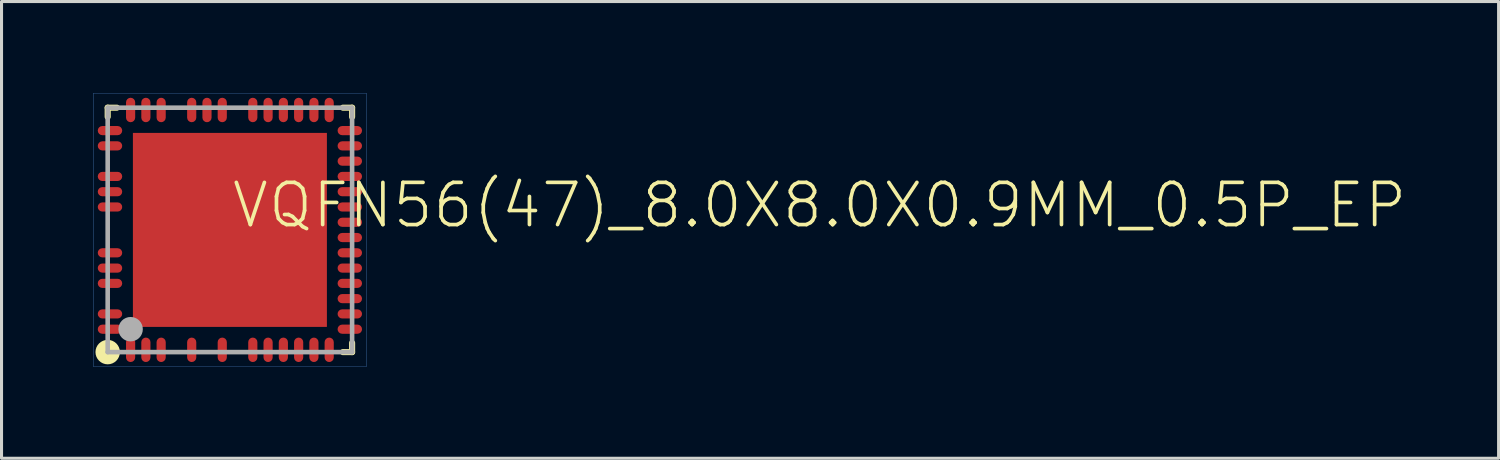
<source format=kicad_pcb>
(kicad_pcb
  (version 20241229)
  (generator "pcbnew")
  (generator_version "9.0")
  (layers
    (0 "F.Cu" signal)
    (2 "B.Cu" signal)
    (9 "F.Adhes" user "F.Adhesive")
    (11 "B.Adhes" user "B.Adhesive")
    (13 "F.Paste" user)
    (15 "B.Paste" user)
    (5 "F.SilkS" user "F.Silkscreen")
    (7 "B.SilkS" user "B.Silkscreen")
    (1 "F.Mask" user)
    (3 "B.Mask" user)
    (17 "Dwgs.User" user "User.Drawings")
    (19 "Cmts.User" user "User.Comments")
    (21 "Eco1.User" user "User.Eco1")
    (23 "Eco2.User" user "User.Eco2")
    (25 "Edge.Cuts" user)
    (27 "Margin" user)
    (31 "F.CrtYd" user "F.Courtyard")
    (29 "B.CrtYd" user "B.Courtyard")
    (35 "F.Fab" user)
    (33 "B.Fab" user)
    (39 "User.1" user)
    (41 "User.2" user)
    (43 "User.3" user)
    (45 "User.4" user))
  (footprint "VQFN56(47)_8.0X8.0X0.9MM_0.5P_EP"
    (layer "F.Cu")
    (at 4.475 4.475)
    (property "Reference" "VQFN56(47)_8.0X8.0X0.9MM_0.5P_EP" (at 0 0 0) (layer "F.SilkS") (effects (font (size 1.38 1.38) (thickness 0.12)) (justify left bottom)))
    (fp_line (start -4 -4) (end -3.7 -4) (stroke (width 0.2) (type solid)) (layer "F.SilkS"))
    (fp_line (start -4 -3.7) (end -4 -4) (stroke (width 0.2) (type solid)) (layer "F.SilkS"))
    (fp_line (start 4 -4) (end 3.7 -4) (stroke (width 0.2) (type solid)) (layer "F.SilkS"))
    (fp_line (start 4 -3.7) (end 4 -4) (stroke (width 0.2) (type solid)) (layer "F.SilkS"))
    (fp_line (start 4 3.7) (end 4 4) (stroke (width 0.2) (type solid)) (layer "F.SilkS"))
    (fp_line (start 4 4) (end 3.7 4) (stroke (width 0.2) (type solid)) (layer "F.SilkS"))
    (fp_circle (center -4 4) (end -3.8 4) (stroke (width 0.4) (type solid)) (fill yes) (layer "F.SilkS"))
    (fp_poly (pts (xy -0.2 -0.2) (xy -2.4 -0.2) (xy -2.4 -2.4) (xy -0.2 -2.4)) (stroke (width 0) (type default)) (fill yes) (layer "F.Paste"))
    (fp_poly (pts (xy -0.2 2.4) (xy -2.4 2.4) (xy -2.4 0.2) (xy -0.2 0.2)) (stroke (width 0) (type default)) (fill yes) (layer "F.Paste"))
    (fp_poly (pts (xy 2.4 -0.2) (xy 0.2 -0.2) (xy 0.2 -2.4) (xy 2.4 -2.4)) (stroke (width 0) (type default)) (fill yes) (layer "F.Paste"))
    (fp_poly (pts (xy 2.4 2.4) (xy 0.2 2.4) (xy 0.2 0.2) (xy 2.4 0.2)) (stroke (width 0) (type default)) (fill yes) (layer "F.Paste"))
    (fp_line (start -4.47 -4.47) (end 4.47 -4.47) (stroke (width 0.01) (type solid)) (layer "Cmts.User"))
    (fp_line (start -4.47 4.47) (end -4.47 -4.47) (stroke (width 0.01) (type solid)) (layer "Cmts.User"))
    (fp_line (start 4.47 -4.47) (end 4.47 4.47) (stroke (width 0.01) (type solid)) (layer "Cmts.User"))
    (fp_line (start 4.47 4.47) (end -4.47 4.47) (stroke (width 0.01) (type solid)) (layer "Cmts.User"))
    (fp_line (start -4 -4) (end -4 4) (stroke (width 0.15) (type solid)) (layer "F.Fab"))
    (fp_line (start -4 4) (end 4 4) (stroke (width 0.15) (type solid)) (layer "F.Fab"))
    (fp_line (start 4 -4) (end -4 -4) (stroke (width 0.15) (type solid)) (layer "F.Fab"))
    (fp_line (start 4 4) (end 4 -4) (stroke (width 0.15) (type solid)) (layer "F.Fab"))
    (fp_circle (center -3.25 3.25) (end -3.05 3.25) (stroke (width 0.4) (type solid)) (fill no) (layer "F.Fab"))
    (pad "1" smd roundrect (at -3.25 3.925) (size 0.3 0.8) (layers "F.Cu" "F.Mask" "F.Paste") (roundrect_rratio 0.5))
    (pad "2" smd roundrect (at -2.75 3.925) (size 0.3 0.8) (layers "F.Cu" "F.Mask" "F.Paste") (roundrect_rratio 0.5))
    (pad "3" smd roundrect (at -2.25 3.925) (size 0.3 0.8) (layers "F.Cu" "F.Mask" "F.Paste") (roundrect_rratio 0.5))
    (pad "4" smd roundrect (at -1.25 3.925) (size 0.3 0.8) (layers "F.Cu" "F.Mask" "F.Paste") (roundrect_rratio 0.5))
    (pad "5" smd roundrect (at -0.25 3.925) (size 0.3 0.8) (layers "F.Cu" "F.Mask" "F.Paste") (roundrect_rratio 0.5))
    (pad "6" smd roundrect (at 0.75 3.925) (size 0.3 0.8) (layers "F.Cu" "F.Mask" "F.Paste") (roundrect_rratio 0.5))
    (pad "7" smd roundrect (at 1.25 3.925) (size 0.3 0.8) (layers "F.Cu" "F.Mask" "F.Paste") (roundrect_rratio 0.5))
    (pad "8" smd roundrect (at 1.75 3.925) (size 0.3 0.8) (layers "F.Cu" "F.Mask" "F.Paste") (roundrect_rratio 0.5))
    (pad "9" smd roundrect (at 2.25 3.925) (size 0.3 0.8) (layers "F.Cu" "F.Mask" "F.Paste") (roundrect_rratio 0.5))
    (pad "10" smd roundrect (at 2.75 3.925) (size 0.3 0.8) (layers "F.Cu" "F.Mask" "F.Paste") (roundrect_rratio 0.5))
    (pad "11" smd roundrect (at 3.25 3.925) (size 0.3 0.8) (layers "F.Cu" "F.Mask" "F.Paste") (roundrect_rratio 0.5))
    (pad "12" smd roundrect (at 3.925 3.25 270) (size 0.3 0.8) (layers "F.Cu" "F.Mask" "F.Paste") (roundrect_rratio 0.5))
    (pad "13" smd roundrect (at 3.925 2.75 270) (size 0.3 0.8) (layers "F.Cu" "F.Mask" "F.Paste") (roundrect_rratio 0.5))
    (pad "14" smd roundrect (at 3.925 2.25 270) (size 0.3 0.8) (layers "F.Cu" "F.Mask" "F.Paste") (roundrect_rratio 0.5))
    (pad "15" smd roundrect (at 3.925 1.75 270) (size 0.3 0.8) (layers "F.Cu" "F.Mask" "F.Paste") (roundrect_rratio 0.5))
    (pad "16" smd roundrect (at 3.925 1.25 270) (size 0.3 0.8) (layers "F.Cu" "F.Mask" "F.Paste") (roundrect_rratio 0.5))
    (pad "17" smd roundrect (at 3.925 0.75 270) (size 0.3 0.8) (layers "F.Cu" "F.Mask" "F.Paste") (roundrect_rratio 0.5))
    (pad "18" smd roundrect (at 3.925 0.25 270) (size 0.3 0.8) (layers "F.Cu" "F.Mask" "F.Paste") (roundrect_rratio 0.5))
    (pad "19" smd roundrect (at 3.925 -0.25 270) (size 0.3 0.8) (layers "F.Cu" "F.Mask" "F.Paste") (roundrect_rratio 0.5))
    (pad "20" smd roundrect (at 3.925 -0.75 270) (size 0.3 0.8) (layers "F.Cu" "F.Mask" "F.Paste") (roundrect_rratio 0.5))
    (pad "21" smd roundrect (at 3.925 -1.25 270) (size 0.3 0.8) (layers "F.Cu" "F.Mask" "F.Paste") (roundrect_rratio 0.5))
    (pad "22" smd roundrect (at 3.925 -1.75 270) (size 0.3 0.8) (layers "F.Cu" "F.Mask" "F.Paste") (roundrect_rratio 0.5))
    (pad "23" smd roundrect (at 3.925 -2.25 270) (size 0.3 0.8) (layers "F.Cu" "F.Mask" "F.Paste") (roundrect_rratio 0.5))
    (pad "24" smd roundrect (at 3.925 -2.75 270) (size 0.3 0.8) (layers "F.Cu" "F.Mask" "F.Paste") (roundrect_rratio 0.5))
    (pad "25" smd roundrect (at 3.925 -3.25 270) (size 0.3 0.8) (layers "F.Cu" "F.Mask" "F.Paste") (roundrect_rratio 0.5))
    (pad "26" smd roundrect (at 3.25 -3.925) (size 0.3 0.8) (layers "F.Cu" "F.Mask" "F.Paste") (roundrect_rratio 0.5))
    (pad "27" smd roundrect (at 2.75 -3.925) (size 0.3 0.8) (layers "F.Cu" "F.Mask" "F.Paste") (roundrect_rratio 0.5))
    (pad "28" smd roundrect (at 2.25 -3.925) (size 0.3 0.8) (layers "F.Cu" "F.Mask" "F.Paste") (roundrect_rratio 0.5))
    (pad "29" smd roundrect (at 1.75 -3.925) (size 0.3 0.8) (layers "F.Cu" "F.Mask" "F.Paste") (roundrect_rratio 0.5))
    (pad "30" smd roundrect (at 1.25 -3.925) (size 0.3 0.8) (layers "F.Cu" "F.Mask" "F.Paste") (roundrect_rratio 0.5))
    (pad "31" smd roundrect (at 0.75 -3.925) (size 0.3 0.8) (layers "F.Cu" "F.Mask" "F.Paste") (roundrect_rratio 0.5))
    (pad "32" smd roundrect (at -0.25 -3.925) (size 0.3 0.8) (layers "F.Cu" "F.Mask" "F.Paste") (roundrect_rratio 0.5))
    (pad "33" smd roundrect (at -0.75 -3.925) (size 0.3 0.8) (layers "F.Cu" "F.Mask" "F.Paste") (roundrect_rratio 0.5))
    (pad "34" smd roundrect (at -1.25 -3.925) (size 0.3 0.8) (layers "F.Cu" "F.Mask" "F.Paste") (roundrect_rratio 0.5))
    (pad "35" smd roundrect (at -2.25 -3.925) (size 0.3 0.8) (layers "F.Cu" "F.Mask" "F.Paste") (roundrect_rratio 0.5))
    (pad "36" smd roundrect (at -2.75 -3.925) (size 0.3 0.8) (layers "F.Cu" "F.Mask" "F.Paste") (roundrect_rratio 0.5))
    (pad "37" smd roundrect (at -3.25 -3.925) (size 0.3 0.8) (layers "F.Cu" "F.Mask" "F.Paste") (roundrect_rratio 0.5))
    (pad "38" smd roundrect (at -3.925 -3.25 270) (size 0.3 0.8) (layers "F.Cu" "F.Mask" "F.Paste") (roundrect_rratio 0.5))
    (pad "39" smd roundrect (at -3.925 -2.75 270) (size 0.3 0.8) (layers "F.Cu" "F.Mask" "F.Paste") (roundrect_rratio 0.5))
    (pad "40" smd roundrect (at -3.925 -1.75 270) (size 0.3 0.8) (layers "F.Cu" "F.Mask" "F.Paste") (roundrect_rratio 0.5))
    (pad "41" smd roundrect (at -3.925 -1.25 270) (size 0.3 0.8) (layers "F.Cu" "F.Mask" "F.Paste") (roundrect_rratio 0.5))
    (pad "42" smd roundrect (at -3.925 -0.75 270) (size 0.3 0.8) (layers "F.Cu" "F.Mask" "F.Paste") (roundrect_rratio 0.5))
    (pad "43" smd roundrect (at -3.925 0.75 270) (size 0.3 0.8) (layers "F.Cu" "F.Mask" "F.Paste") (roundrect_rratio 0.5))
    (pad "44" smd roundrect (at -3.925 1.25 270) (size 0.3 0.8) (layers "F.Cu" "F.Mask" "F.Paste") (roundrect_rratio 0.5))
    (pad "45" smd roundrect (at -3.925 1.75 270) (size 0.3 0.8) (layers "F.Cu" "F.Mask" "F.Paste") (roundrect_rratio 0.5))
    (pad "46" smd roundrect (at -3.925 2.75 270) (size 0.3 0.8) (layers "F.Cu" "F.Mask" "F.Paste") (roundrect_rratio 0.5))
    (pad "47" smd roundrect (at -3.925 3.25 270) (size 0.3 0.8) (layers "F.Cu" "F.Mask" "F.Paste") (roundrect_rratio 0.5))
    (pad "48" smd rect (at 0 0) (size 6.35 6.35) (layers "F.Cu" "F.Mask")))
  (gr_rect
    (start -3 -3)
    (end 46.002 11.95)
    (stroke (width 0.1) (type default))
    (fill no)
    (layer "Edge.Cuts")))
</source>
